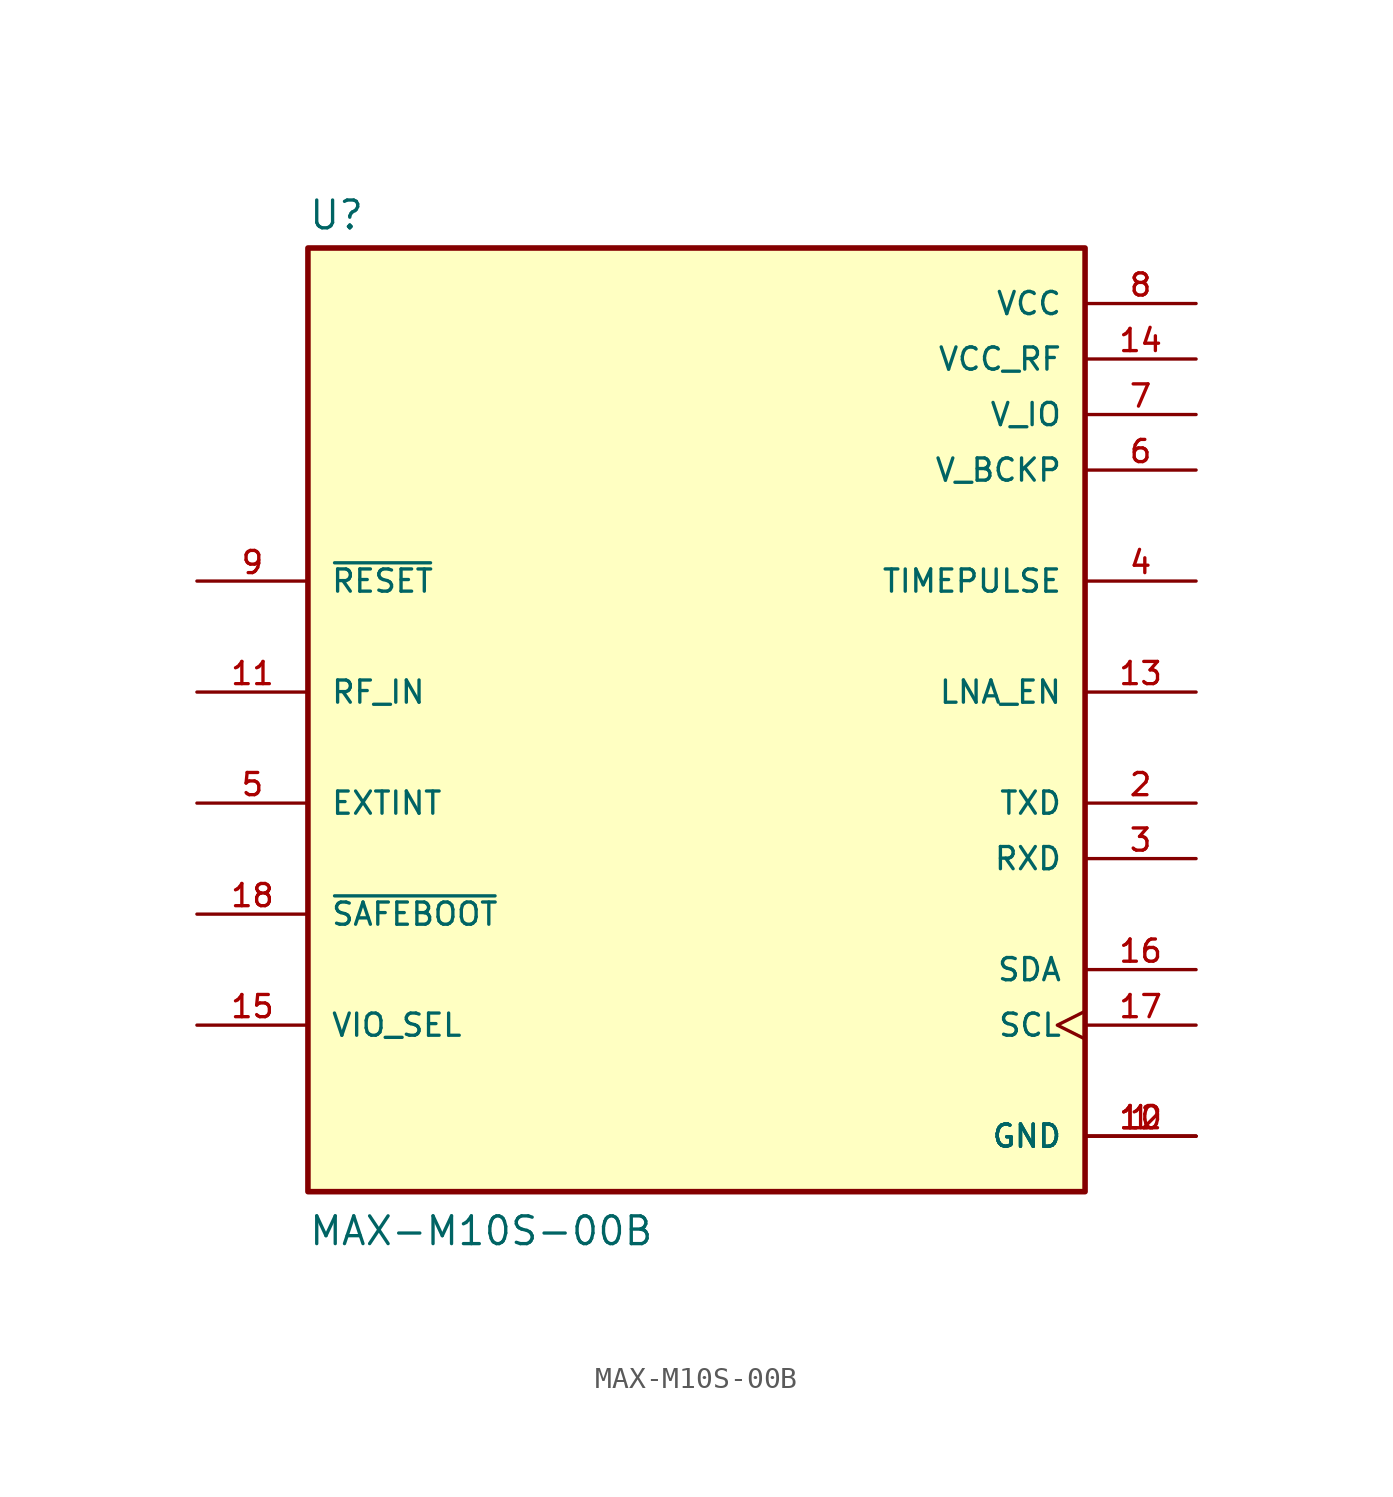
<source format=kicad_sym>
(kicad_symbol_lib
  (version 20211014)
  (generator kicad_symbol_editor)
  (symbol "MAX-M10S-00B"
    (pin_names
      (offset 1.016))
    (property "Reference" "U"
      (at -17.78 21.082 0)
      (effects (font (size 1.27 1.27)) (justify bottom left)))
    (property "Value" "MAX-M10S-00B"
      (at -17.78 -25.4 0)
      (effects (font (size 1.27 1.27)) (justify bottom left)))
    (symbol "MAX-M10S-00B_0_0"
      (rectangle (start -17.78 -22.86) (end 17.78 20.32) (stroke (width 0.254)) (fill (type background)))
      (pin power_in line (at 22.86 -20.32 180.0) (length 5.08) (name "GND" (effects (font (size 1.016 1.016)))) (number "1" (effects (font (size 1.016 1.016)))))
      (pin power_in line (at 22.86 -20.32 180.0) (length 5.08) (name "GND" (effects (font (size 1.016 1.016)))) (number "10" (effects (font (size 1.016 1.016)))))
      (pin power_in line (at 22.86 -20.32 180.0) (length 5.08) (name "GND" (effects (font (size 1.016 1.016)))) (number "12" (effects (font (size 1.016 1.016)))))
      (pin output line (at 22.86 -5.08 180.0) (length 5.08) (name "TXD" (effects (font (size 1.016 1.016)))) (number "2" (effects (font (size 1.016 1.016)))))
      (pin input line (at 22.86 -7.62 180.0) (length 5.08) (name "RXD" (effects (font (size 1.016 1.016)))) (number "3" (effects (font (size 1.016 1.016)))))
      (pin output line (at 22.86 5.08 180.0) (length 5.08) (name "TIMEPULSE" (effects (font (size 1.016 1.016)))) (number "4" (effects (font (size 1.016 1.016)))))
      (pin input line (at -22.86 -5.08 0) (length 5.08) (name "EXTINT" (effects (font (size 1.016 1.016)))) (number "5" (effects (font (size 1.016 1.016)))))
      (pin power_in line (at 22.86 10.16 180.0) (length 5.08) (name "V_BCKP" (effects (font (size 1.016 1.016)))) (number "6" (effects (font (size 1.016 1.016)))))
      (pin power_in line (at 22.86 12.7 180.0) (length 5.08) (name "V_IO" (effects (font (size 1.016 1.016)))) (number "7" (effects (font (size 1.016 1.016)))))
      (pin power_in line (at 22.86 17.78 180.0) (length 5.08) (name "VCC" (effects (font (size 1.016 1.016)))) (number "8" (effects (font (size 1.016 1.016)))))
      (pin input line (at -22.86 5.08 0) (length 5.08) (name "~{RESET}" (effects (font (size 1.016 1.016)))) (number "9" (effects (font (size 1.016 1.016)))))
      (pin input line (at -22.86 0.0 0) (length 5.08) (name "RF_IN" (effects (font (size 1.016 1.016)))) (number "11" (effects (font (size 1.016 1.016)))))
      (pin output line (at 22.86 0.0 180.0) (length 5.08) (name "LNA_EN" (effects (font (size 1.016 1.016)))) (number "13" (effects (font (size 1.016 1.016)))))
      (pin power_in line (at 22.86 15.24 180.0) (length 5.08) (name "VCC_RF" (effects (font (size 1.016 1.016)))) (number "14" (effects (font (size 1.016 1.016)))))
      (pin input line (at -22.86 -15.24 0) (length 5.08) (name "VIO_SEL" (effects (font (size 1.016 1.016)))) (number "15" (effects (font (size 1.016 1.016)))))
      (pin bidirectional line (at 22.86 -12.7 180.0) (length 5.08) (name "SDA" (effects (font (size 1.016 1.016)))) (number "16" (effects (font (size 1.016 1.016)))))
      (pin input clock (at 22.86 -15.24 180.0) (length 5.08) (name "SCL" (effects (font (size 1.016 1.016)))) (number "17" (effects (font (size 1.016 1.016)))))
      (pin input line (at -22.86 -10.16 0) (length 5.08) (name "~{SAFEBOOT}" (effects (font (size 1.016 1.016)))) (number "18" (effects (font (size 1.016 1.016))))))))
</source>
